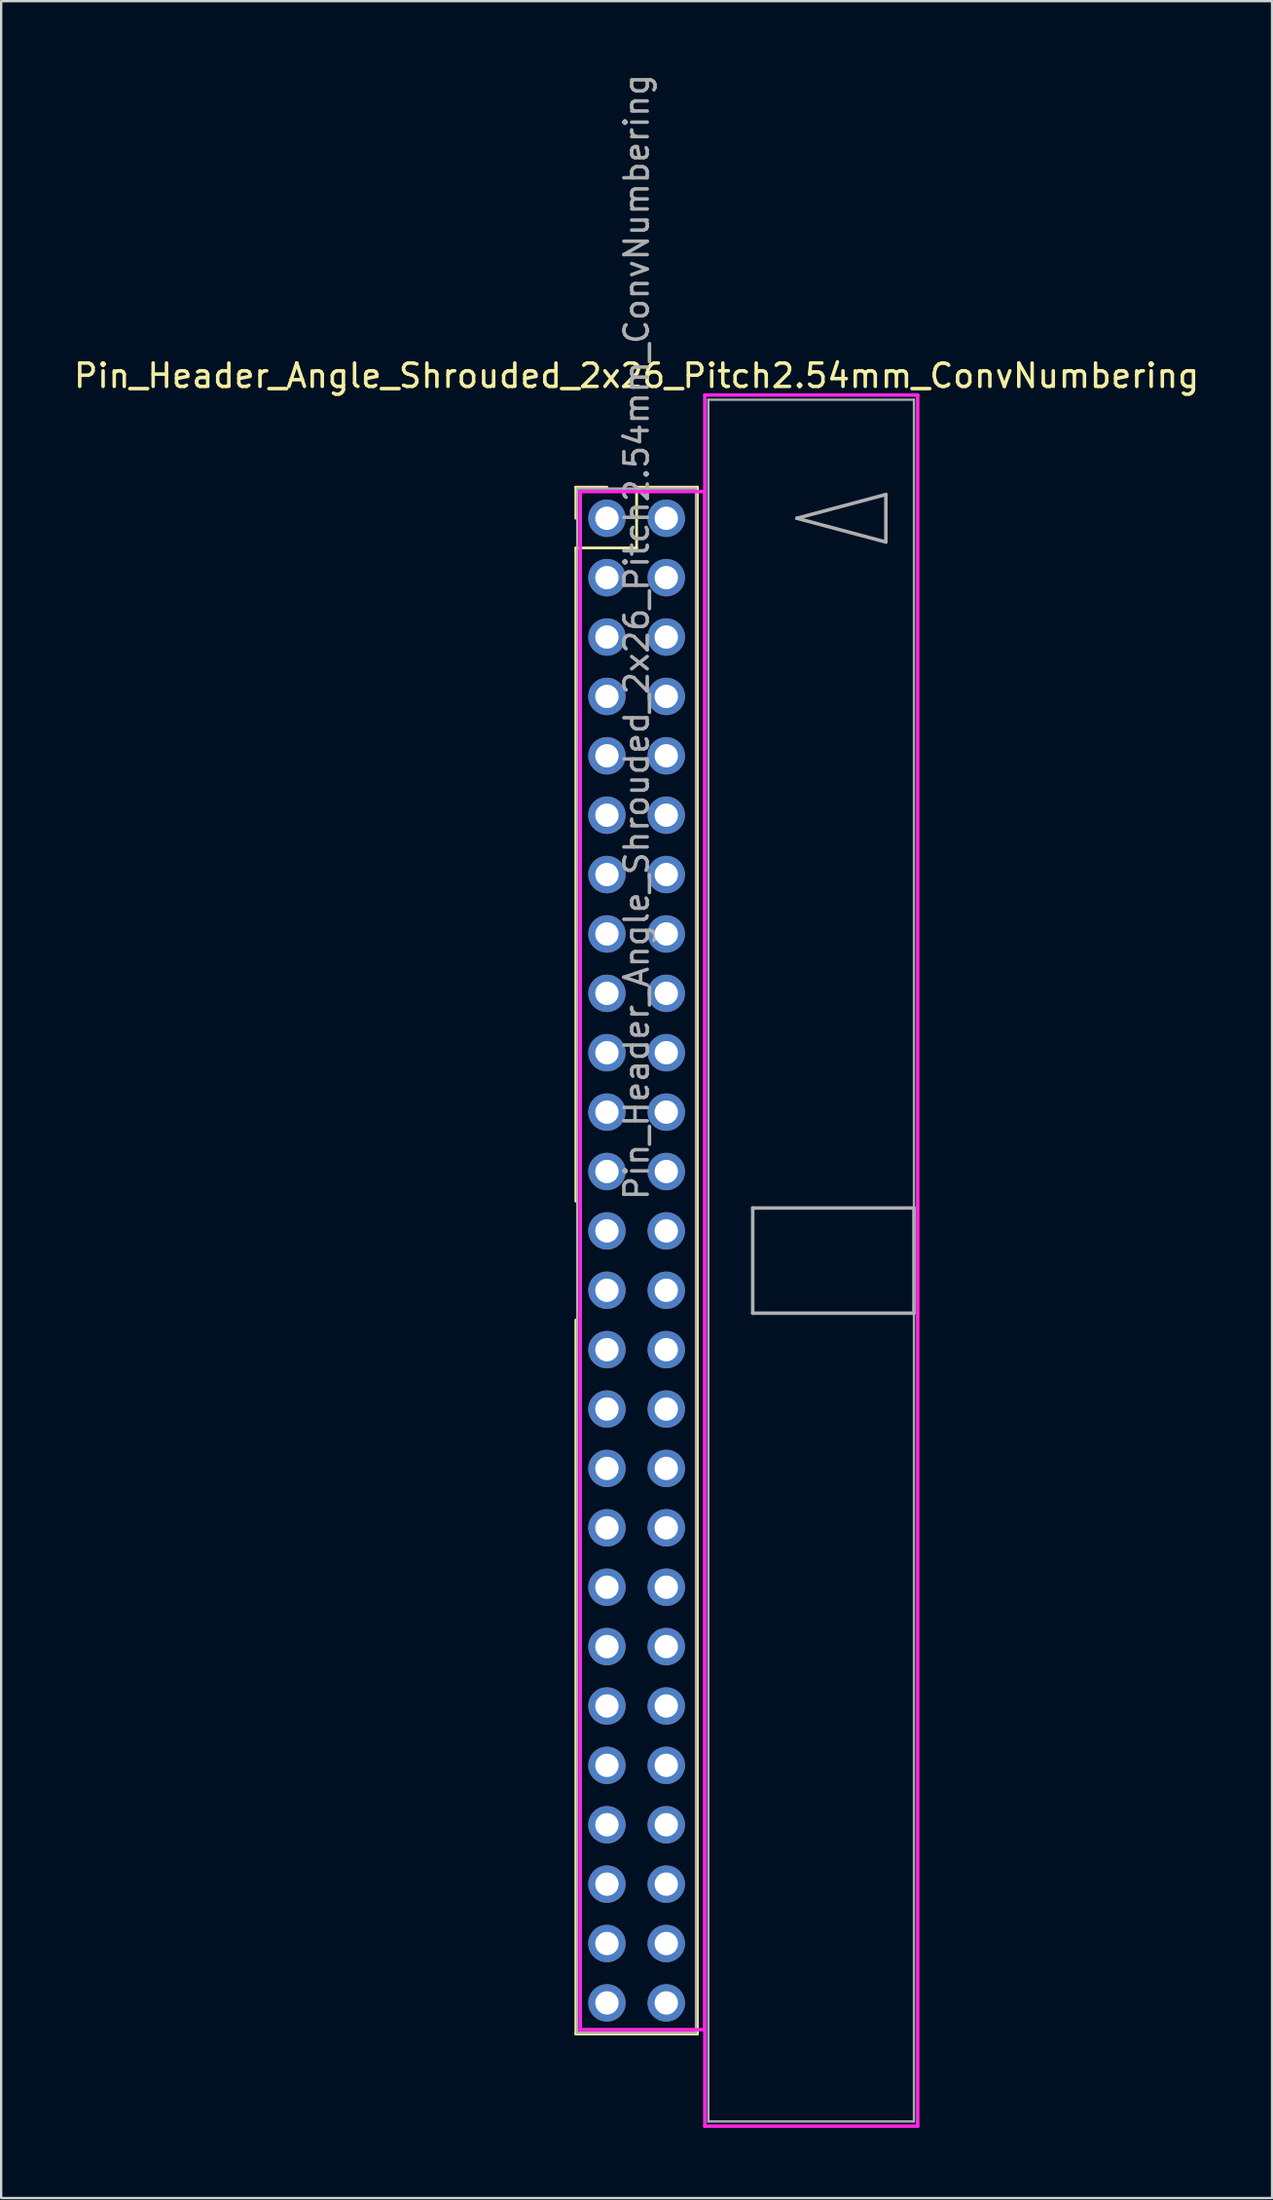
<source format=kicad_pcb>
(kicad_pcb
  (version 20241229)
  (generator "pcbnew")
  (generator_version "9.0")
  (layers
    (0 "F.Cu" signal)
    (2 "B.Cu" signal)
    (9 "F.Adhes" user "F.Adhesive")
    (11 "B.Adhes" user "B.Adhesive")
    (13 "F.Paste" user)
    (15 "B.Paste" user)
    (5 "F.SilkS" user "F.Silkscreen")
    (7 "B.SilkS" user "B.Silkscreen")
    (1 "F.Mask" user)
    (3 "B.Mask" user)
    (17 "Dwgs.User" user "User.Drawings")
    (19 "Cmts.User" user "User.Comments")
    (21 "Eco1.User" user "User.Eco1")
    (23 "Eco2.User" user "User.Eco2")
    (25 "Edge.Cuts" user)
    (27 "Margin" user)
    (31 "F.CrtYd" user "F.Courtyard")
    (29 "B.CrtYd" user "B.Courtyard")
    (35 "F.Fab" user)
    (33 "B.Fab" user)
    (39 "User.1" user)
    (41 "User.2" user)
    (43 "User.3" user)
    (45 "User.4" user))
  (footprint "Pin_Header_Angle_Shrouded_2x26_Pitch2.54mm_ConvNumbering"
    (layer "F.Cu")
    (at 22.926 19.116)
    (property "Reference" "Pin_Header_Angle_Shrouded_2x26_Pitch2.54mm_ConvNumbering" (at 1.27 -6.096 0) (layer "F.SilkS") (effects (font (size 1 1) (thickness 0.15))))
    (attr through_hole)
    (fp_line (start -1.33 -1.33) (end 0 -1.33) (stroke (width 0.12) (type solid)) (layer "F.SilkS"))
    (fp_line (start -1.33 0) (end -1.33 -1.33) (stroke (width 0.12) (type solid)) (layer "F.SilkS"))
    (fp_line (start -1.33 1.27) (end -1.33 29.21) (stroke (width 0.12) (type solid)) (layer "F.SilkS"))
    (fp_line (start -1.33 1.27) (end 1.27 1.27) (stroke (width 0.12) (type solid)) (layer "F.SilkS"))
    (fp_line (start -1.33 34.29) (end -1.33 64.83) (stroke (width 0.12) (type solid)) (layer "F.SilkS"))
    (fp_line (start -1.33 64.83) (end 3.87 64.83) (stroke (width 0.12) (type solid)) (layer "F.SilkS"))
    (fp_line (start 1.27 -1.33) (end 3.87 -1.33) (stroke (width 0.12) (type solid)) (layer "F.SilkS"))
    (fp_line (start 1.27 1.27) (end 1.27 -1.33) (stroke (width 0.12) (type solid)) (layer "F.SilkS"))
    (fp_line (start 3.87 -1.33) (end 3.87 64.83) (stroke (width 0.12) (type solid)) (layer "F.SilkS"))
    (fp_line (start -1.143 -1.143) (end -1.143 64.643) (stroke (width 0.15) (type solid)) (layer "F.CrtYd"))
    (fp_line (start -1.143 64.643) (end 4.19 64.643) (stroke (width 0.15) (type solid)) (layer "F.CrtYd"))
    (fp_line (start 4.19 -5.27) (end 4.19 68.77) (stroke (width 0.15) (type solid)) (layer "F.CrtYd"))
    (fp_line (start 4.19 -1.143) (end -1.143 -1.143) (stroke (width 0.15) (type solid)) (layer "F.CrtYd"))
    (fp_line (start 4.19 64.643) (end 4.19 -1.143) (stroke (width 0.15) (type solid)) (layer "F.CrtYd"))
    (fp_line (start 4.19 68.77) (end 13.3 68.77) (stroke (width 0.15) (type solid)) (layer "F.CrtYd"))
    (fp_line (start 13.3 -5.27) (end 4.19 -5.27) (stroke (width 0.15) (type solid)) (layer "F.CrtYd"))
    (fp_line (start 13.3 68.77) (end 13.3 -5.27) (stroke (width 0.15) (type solid)) (layer "F.CrtYd"))
    (fp_line (start -1.27 -1.27) (end -1.27 64.77) (stroke (width 0.1) (type solid)) (layer "F.Fab"))
    (fp_line (start -1.27 64.77) (end 3.81 64.77) (stroke (width 0.1) (type solid)) (layer "F.Fab"))
    (fp_line (start 3.81 -1.27) (end -1.27 -1.27) (stroke (width 0.1) (type solid)) (layer "F.Fab"))
    (fp_line (start 3.81 64.77) (end 3.81 -1.27) (stroke (width 0.1) (type solid)) (layer "F.Fab"))
    (fp_line (start 4.34 -5.07) (end 4.34 68.57) (stroke (width 0.1) (type solid)) (layer "F.Fab"))
    (fp_line (start 4.34 68.57) (end 13.14 68.57) (stroke (width 0.1) (type solid)) (layer "F.Fab"))
    (fp_line (start 6.24 29.5) (end 6.24 34) (stroke (width 0.15) (type solid)) (layer "F.Fab"))
    (fp_line (start 6.24 34) (end 13.14 34) (stroke (width 0.15) (type solid)) (layer "F.Fab"))
    (fp_line (start 8.128 0) (end 11.938 -1.016) (stroke (width 0.15) (type solid)) (layer "F.Fab"))
    (fp_line (start 11.938 -1.016) (end 11.938 1.016) (stroke (width 0.15) (type solid)) (layer "F.Fab"))
    (fp_line (start 11.938 1.016) (end 8.128 0) (stroke (width 0.15) (type solid)) (layer "F.Fab"))
    (fp_line (start 13.14 -5.07) (end 4.34 -5.07) (stroke (width 0.1) (type solid)) (layer "F.Fab"))
    (fp_line (start 13.14 29.5) (end 6.24 29.5) (stroke (width 0.15) (type solid)) (layer "F.Fab"))
    (fp_line (start 13.14 34) (end 13.14 29.5) (stroke (width 0.15) (type solid)) (layer "F.Fab"))
    (fp_line (start 13.14 68.57) (end 13.14 -5.07) (stroke (width 0.1) (type solid)) (layer "F.Fab"))
    (fp_text user "${REFERENCE}" (at 1.27 5.08 90) (layer "F.Fab") (effects (font (size 1 1) (thickness 0.15))))
    (pad "1" thru_hole oval (at 0 0) (size 1.6 1.6) (drill 1) (layers "*.Cu" "*.Mask"))
    (pad "2" thru_hole oval (at 2.54 0) (size 1.6 1.6) (drill 1) (layers "*.Cu" "*.Mask"))
    (pad "3" thru_hole oval (at 0 2.54) (size 1.6 1.6) (drill 1) (layers "*.Cu" "*.Mask"))
    (pad "4" thru_hole oval (at 2.54 2.54) (size 1.6 1.6) (drill 1) (layers "*.Cu" "*.Mask"))
    (pad "5" thru_hole oval (at 0 5.08) (size 1.6 1.6) (drill 1) (layers "*.Cu" "*.Mask"))
    (pad "6" thru_hole oval (at 2.54 5.08) (size 1.6 1.6) (drill 1) (layers "*.Cu" "*.Mask"))
    (pad "7" thru_hole oval (at 0 7.62) (size 1.6 1.6) (drill 1) (layers "*.Cu" "*.Mask"))
    (pad "8" thru_hole oval (at 2.54 7.62) (size 1.6 1.6) (drill 1) (layers "*.Cu" "*.Mask"))
    (pad "9" thru_hole oval (at 0 10.16) (size 1.6 1.6) (drill 1) (layers "*.Cu" "*.Mask"))
    (pad "10" thru_hole oval (at 2.54 10.16) (size 1.6 1.6) (drill 1) (layers "*.Cu" "*.Mask"))
    (pad "11" thru_hole oval (at 0 12.7) (size 1.6 1.6) (drill 1) (layers "*.Cu" "*.Mask"))
    (pad "12" thru_hole oval (at 2.54 12.7) (size 1.6 1.6) (drill 1) (layers "*.Cu" "*.Mask"))
    (pad "13" thru_hole oval (at 0 15.24) (size 1.6 1.6) (drill 1) (layers "*.Cu" "*.Mask"))
    (pad "14" thru_hole oval (at 2.54 15.24) (size 1.6 1.6) (drill 1) (layers "*.Cu" "*.Mask"))
    (pad "15" thru_hole oval (at 0 17.78) (size 1.6 1.6) (drill 1) (layers "*.Cu" "*.Mask"))
    (pad "16" thru_hole oval (at 2.54 17.78) (size 1.6 1.6) (drill 1) (layers "*.Cu" "*.Mask"))
    (pad "17" thru_hole oval (at 0 20.32) (size 1.6 1.6) (drill 1) (layers "*.Cu" "*.Mask"))
    (pad "18" thru_hole oval (at 2.54 20.32) (size 1.6 1.6) (drill 1) (layers "*.Cu" "*.Mask"))
    (pad "19" thru_hole oval (at 0 22.86) (size 1.6 1.6) (drill 1) (layers "*.Cu" "*.Mask"))
    (pad "20" thru_hole oval (at 2.54 22.86) (size 1.6 1.6) (drill 1) (layers "*.Cu" "*.Mask"))
    (pad "21" thru_hole oval (at 0 25.4) (size 1.6 1.6) (drill 1) (layers "*.Cu" "*.Mask"))
    (pad "22" thru_hole oval (at 2.54 25.4) (size 1.6 1.6) (drill 1) (layers "*.Cu" "*.Mask"))
    (pad "23" thru_hole oval (at 0 27.94) (size 1.6 1.6) (drill 1) (layers "*.Cu" "*.Mask"))
    (pad "24" thru_hole oval (at 2.54 27.94) (size 1.6 1.6) (drill 1) (layers "*.Cu" "*.Mask"))
    (pad "25" thru_hole oval (at 0 30.48) (size 1.6 1.6) (drill 1) (layers "*.Cu" "*.Mask"))
    (pad "26" thru_hole oval (at 2.54 30.48) (size 1.6 1.6) (drill 1) (layers "*.Cu" "*.Mask"))
    (pad "27" thru_hole oval (at 0 33.02) (size 1.6 1.6) (drill 1) (layers "*.Cu" "*.Mask"))
    (pad "28" thru_hole oval (at 2.54 33.02) (size 1.6 1.6) (drill 1) (layers "*.Cu" "*.Mask"))
    (pad "29" thru_hole oval (at 0 35.56) (size 1.6 1.6) (drill 1) (layers "*.Cu" "*.Mask"))
    (pad "30" thru_hole oval (at 2.54 35.56) (size 1.6 1.6) (drill 1) (layers "*.Cu" "*.Mask"))
    (pad "31" thru_hole oval (at 0 38.1) (size 1.6 1.6) (drill 1) (layers "*.Cu" "*.Mask"))
    (pad "32" thru_hole oval (at 2.54 38.1) (size 1.6 1.6) (drill 1) (layers "*.Cu" "*.Mask"))
    (pad "33" thru_hole oval (at 0 40.64) (size 1.6 1.6) (drill 1) (layers "*.Cu" "*.Mask"))
    (pad "34" thru_hole oval (at 2.54 40.64) (size 1.6 1.6) (drill 1) (layers "*.Cu" "*.Mask"))
    (pad "35" thru_hole oval (at 0 43.18) (size 1.6 1.6) (drill 1) (layers "*.Cu" "*.Mask"))
    (pad "36" thru_hole oval (at 2.54 43.18) (size 1.6 1.6) (drill 1) (layers "*.Cu" "*.Mask"))
    (pad "37" thru_hole oval (at 0 45.72) (size 1.6 1.6) (drill 1) (layers "*.Cu" "*.Mask"))
    (pad "38" thru_hole oval (at 2.54 45.72) (size 1.6 1.6) (drill 1) (layers "*.Cu" "*.Mask"))
    (pad "39" thru_hole oval (at 0 48.26) (size 1.6 1.6) (drill 1) (layers "*.Cu" "*.Mask"))
    (pad "40" thru_hole oval (at 2.54 48.26) (size 1.6 1.6) (drill 1) (layers "*.Cu" "*.Mask"))
    (pad "41" thru_hole oval (at 0 50.8) (size 1.6 1.6) (drill 1) (layers "*.Cu" "*.Mask"))
    (pad "42" thru_hole oval (at 2.54 50.8) (size 1.6 1.6) (drill 1) (layers "*.Cu" "*.Mask"))
    (pad "43" thru_hole oval (at 0 53.34) (size 1.6 1.6) (drill 1) (layers "*.Cu" "*.Mask"))
    (pad "44" thru_hole oval (at 2.54 53.34) (size 1.6 1.6) (drill 1) (layers "*.Cu" "*.Mask"))
    (pad "45" thru_hole oval (at 0 55.88) (size 1.6 1.6) (drill 1) (layers "*.Cu" "*.Mask"))
    (pad "46" thru_hole oval (at 2.54 55.88) (size 1.6 1.6) (drill 1) (layers "*.Cu" "*.Mask"))
    (pad "47" thru_hole oval (at 0 58.42) (size 1.6 1.6) (drill 1) (layers "*.Cu" "*.Mask"))
    (pad "48" thru_hole oval (at 2.54 58.42) (size 1.6 1.6) (drill 1) (layers "*.Cu" "*.Mask"))
    (pad "49" thru_hole oval (at 0 60.96) (size 1.6 1.6) (drill 1) (layers "*.Cu" "*.Mask"))
    (pad "50" thru_hole oval (at 2.54 60.96) (size 1.6 1.6) (drill 1) (layers "*.Cu" "*.Mask"))
    (pad "51" thru_hole oval (at 0 63.5) (size 1.6 1.6) (drill 1) (layers "*.Cu" "*.Mask"))
    (pad "52" thru_hole oval (at 2.54 63.5) (size 1.6 1.6) (drill 1) (layers "*.Cu" "*.Mask")))
  (gr_rect
    (start -3 -3)
    (end 51.393 90.961)
    (stroke (width 0.1) (type default))
    (fill no)
    (layer "Edge.Cuts")))
</source>
